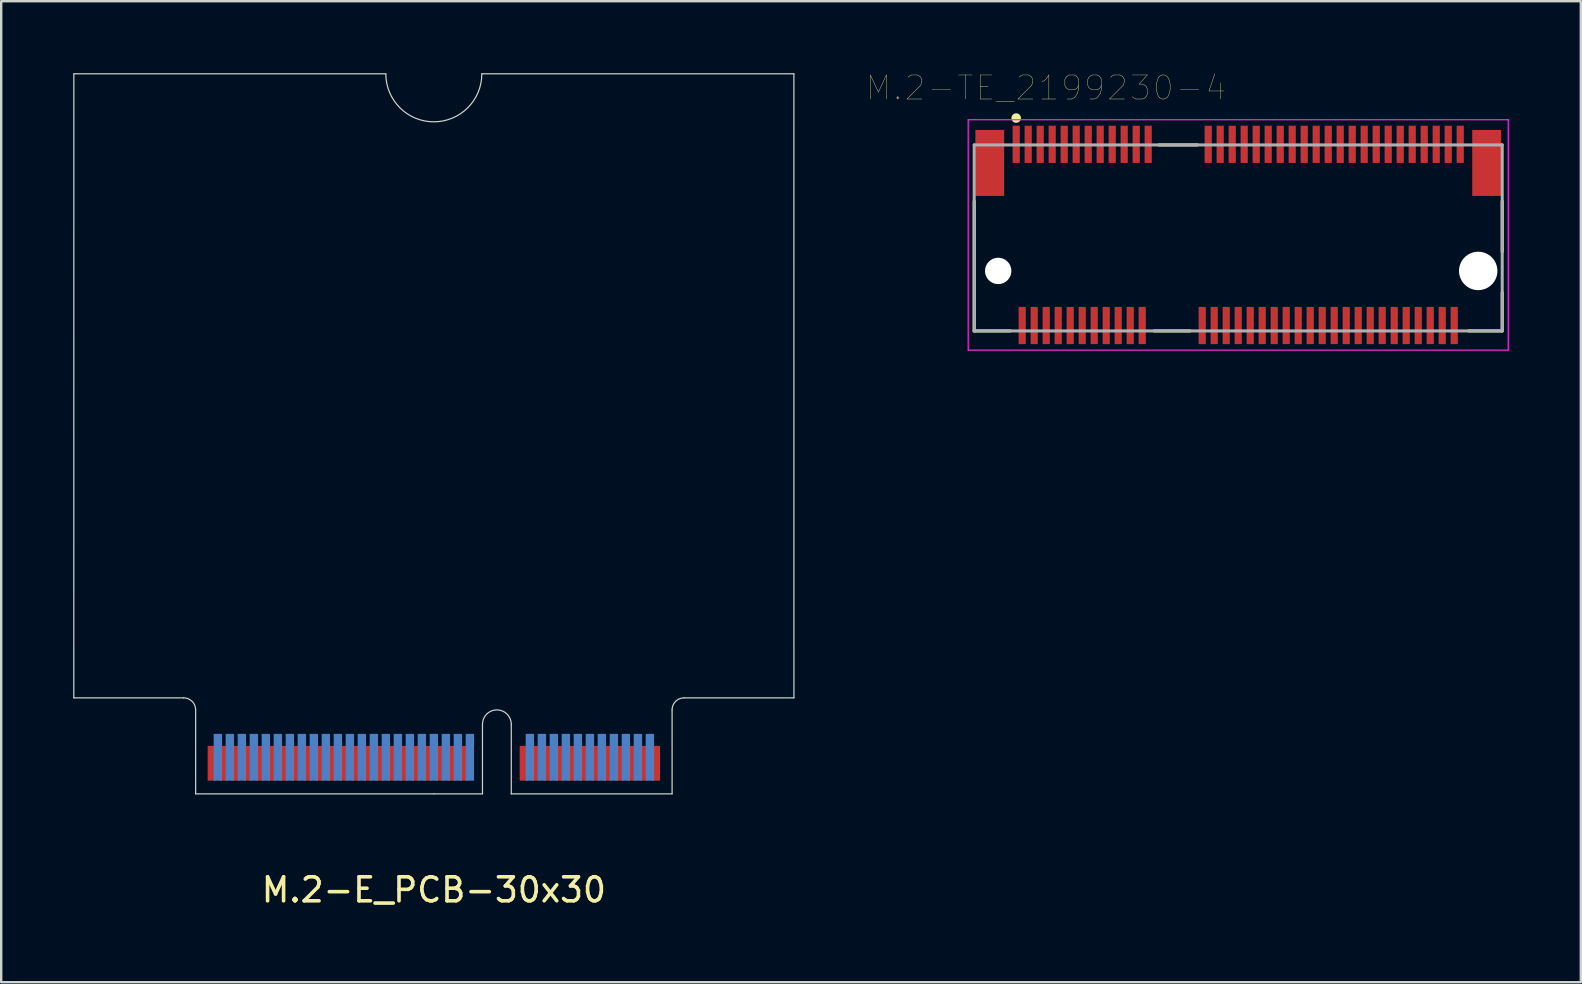
<source format=kicad_pcb>
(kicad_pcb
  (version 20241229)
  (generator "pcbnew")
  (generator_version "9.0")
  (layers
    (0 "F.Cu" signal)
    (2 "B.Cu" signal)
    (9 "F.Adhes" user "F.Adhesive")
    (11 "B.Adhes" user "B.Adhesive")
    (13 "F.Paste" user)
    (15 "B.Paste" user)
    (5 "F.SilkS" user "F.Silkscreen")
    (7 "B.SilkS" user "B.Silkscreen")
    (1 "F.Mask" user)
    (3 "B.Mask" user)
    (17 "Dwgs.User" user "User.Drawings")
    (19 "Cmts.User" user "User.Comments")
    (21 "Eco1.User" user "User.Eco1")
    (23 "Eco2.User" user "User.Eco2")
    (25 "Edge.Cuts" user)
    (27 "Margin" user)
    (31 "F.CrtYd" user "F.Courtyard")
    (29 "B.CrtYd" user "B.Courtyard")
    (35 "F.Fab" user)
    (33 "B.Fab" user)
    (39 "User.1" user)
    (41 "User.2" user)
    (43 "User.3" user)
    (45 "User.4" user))
  (footprint "M.2-E_PCB-30x30"
    (layer "F.Cu")
    (at 15.027 30.026)
    (property "Reference" "M.2-E_PCB-30x30" (at 0 4 0) (layer "F.SilkS") (effects (font (size 1 1) (thickness 0.15))))
    (attr through_hole)
    (fp_poly (pts (xy -9.925 0) (xy 2.025 0) (xy 2.025 -2) (xy -9.925 -2)) (stroke (width 0.1) (type solid)) (fill yes) (layer "F.Mask"))
    (fp_poly (pts (xy 3.225 0) (xy 9.925 0) (xy 9.925 -2) (xy 3.225 -2)) (stroke (width 0.1) (type solid)) (fill yes) (layer "F.Mask"))
    (fp_poly (pts (xy -9.925 0) (xy 2.025 0) (xy 2.025 -2.5) (xy -9.925 -2.5)) (stroke (width 0.1) (type solid)) (fill yes) (layer "B.Mask"))
    (fp_poly (pts (xy 3.225 0) (xy 9.925 0) (xy 9.925 -2.5) (xy 3.225 -2.5)) (stroke (width 0.1) (type solid)) (fill yes) (layer "B.Mask"))
    (fp_line (start -15.002 -4) (end -10.425 -4) (stroke (width 0.05) (type solid)) (layer "Edge.Cuts"))
    (fp_line (start -15 -30) (end -15.002 -4) (stroke (width 0.05) (type solid)) (layer "Edge.Cuts"))
    (fp_line (start -9.925 -3.5) (end -9.925 0) (stroke (width 0.05) (type solid)) (layer "Edge.Cuts"))
    (fp_line (start -9.925 0) (end 0 0) (stroke (width 0.05) (type solid)) (layer "Edge.Cuts"))
    (fp_line (start -2.002 -30) (end -15 -30) (stroke (width 0.05) (type solid)) (layer "Edge.Cuts"))
    (fp_line (start 0 0) (end 2.025 0) (stroke (width 0.05) (type solid)) (layer "Edge.Cuts"))
    (fp_line (start 2.025 0) (end 2.025 -2.9) (stroke (width 0.05) (type solid)) (layer "Edge.Cuts"))
    (fp_line (start 3.225 -2.9) (end 3.225 0) (stroke (width 0.05) (type solid)) (layer "Edge.Cuts"))
    (fp_line (start 3.225 0) (end 9.925 0) (stroke (width 0.05) (type solid)) (layer "Edge.Cuts"))
    (fp_line (start 9.925 0) (end 9.925 -3.5) (stroke (width 0.05) (type solid)) (layer "Edge.Cuts"))
    (fp_line (start 10.425 -4) (end 15.002 -4) (stroke (width 0.05) (type solid)) (layer "Edge.Cuts"))
    (fp_line (start 15 -30) (end 1.998 -30) (stroke (width 0.05) (type solid)) (layer "Edge.Cuts"))
    (fp_line (start 15.002 -4) (end 15 -30) (stroke (width 0.05) (type solid)) (layer "Edge.Cuts"))
    (fp_arc (start -10.425 -4) (mid -10.071447 -3.853553) (end -9.925 -3.5) (stroke (width 0.05) (type solid)) (layer "Edge.Cuts"))
    (fp_arc (start 1.9982 -30.0005) (mid -0.0018 -28.0005) (end -2.0018 -30.0005) (stroke (width 0.05) (type solid)) (layer "Edge.Cuts"))
    (fp_arc (start 2.025 -2.9) (mid 2.625 -3.5) (end 3.225 -2.9) (stroke (width 0.05) (type solid)) (layer "Edge.Cuts"))
    (fp_arc (start 9.925 -3.5) (mid 10.071447 -3.853553) (end 10.425 -4) (stroke (width 0.05) (type solid)) (layer "Edge.Cuts"))
    (pad "1" smd rect (at 9.25 -1.275) (size 0.35 1.45) (layers "F.Cu"))
    (pad "2" smd rect (at 9 -1.525) (size 0.35 1.95) (layers "B.Cu"))
    (pad "3" smd rect (at 8.75 -1.275) (size 0.35 1.45) (layers "F.Cu"))
    (pad "4" smd rect (at 8.5 -1.525) (size 0.35 1.95) (layers "B.Cu"))
    (pad "5" smd rect (at 8.25 -1.275) (size 0.35 1.45) (layers "F.Cu"))
    (pad "6" smd rect (at 8 -1.525) (size 0.35 1.95) (layers "B.Cu"))
    (pad "7" smd rect (at 7.75 -1.275) (size 0.35 1.45) (layers "F.Cu"))
    (pad "8" smd rect (at 7.5 -1.525) (size 0.35 1.95) (layers "B.Cu"))
    (pad "9" smd rect (at 7.25 -1.275) (size 0.35 1.45) (layers "F.Cu"))
    (pad "10" smd rect (at 7 -1.525) (size 0.35 1.95) (layers "B.Cu"))
    (pad "11" smd rect (at 6.75 -1.275) (size 0.35 1.45) (layers "F.Cu"))
    (pad "12" smd rect (at 6.5 -1.525) (size 0.35 1.95) (layers "B.Cu"))
    (pad "13" smd rect (at 6.25 -1.275) (size 0.35 1.45) (layers "F.Cu"))
    (pad "14" smd rect (at 6 -1.525) (size 0.35 1.95) (layers "B.Cu"))
    (pad "15" smd rect (at 5.75 -1.275) (size 0.35 1.45) (layers "F.Cu"))
    (pad "16" smd rect (at 5.5 -1.525) (size 0.35 1.95) (layers "B.Cu"))
    (pad "17" smd rect (at 5.25 -1.275) (size 0.35 1.45) (layers "F.Cu"))
    (pad "18" smd rect (at 5 -1.525) (size 0.35 1.95) (layers "B.Cu"))
    (pad "19" smd rect (at 4.75 -1.275) (size 0.35 1.45) (layers "F.Cu"))
    (pad "20" smd rect (at 4.5 -1.525) (size 0.35 1.95) (layers "B.Cu"))
    (pad "21" smd rect (at 4.25 -1.275) (size 0.35 1.45) (layers "F.Cu"))
    (pad "22" smd rect (at 4 -1.525) (size 0.35 1.95) (layers "B.Cu"))
    (pad "23" smd rect (at 3.75 -1.275) (size 0.35 1.45) (layers "F.Cu"))
    (pad "32" smd rect (at 1.5 -1.525) (size 0.35 1.95) (layers "B.Cu"))
    (pad "33" smd rect (at 1.25 -1.275) (size 0.35 1.45) (layers "F.Cu"))
    (pad "34" smd rect (at 1 -1.525) (size 0.35 1.95) (layers "B.Cu"))
    (pad "35" smd rect (at 0.75 -1.275) (size 0.35 1.45) (layers "F.Cu"))
    (pad "36" smd rect (at 0.5 -1.525) (size 0.35 1.95) (layers "B.Cu"))
    (pad "37" smd rect (at 0.25 -1.275) (size 0.35 1.45) (layers "F.Cu"))
    (pad "38" smd rect (at 0 -1.525) (size 0.35 1.95) (layers "B.Cu"))
    (pad "39" smd rect (at -0.25 -1.275) (size 0.35 1.45) (layers "F.Cu"))
    (pad "40" smd rect (at -0.5 -1.525) (size 0.35 1.95) (layers "B.Cu"))
    (pad "41" smd rect (at -0.75 -1.275) (size 0.35 1.45) (layers "F.Cu"))
    (pad "42" smd rect (at -1 -1.525) (size 0.35 1.95) (layers "B.Cu"))
    (pad "43" smd rect (at -1.25 -1.275) (size 0.35 1.45) (layers "F.Cu"))
    (pad "44" smd rect (at -1.5 -1.525) (size 0.35 1.95) (layers "B.Cu"))
    (pad "45" smd rect (at -1.75 -1.275) (size 0.35 1.45) (layers "F.Cu"))
    (pad "46" smd rect (at -2 -1.525) (size 0.35 1.95) (layers "B.Cu"))
    (pad "47" smd rect (at -2.25 -1.275) (size 0.35 1.45) (layers "F.Cu"))
    (pad "48" smd rect (at -2.5 -1.525) (size 0.35 1.95) (layers "B.Cu"))
    (pad "49" smd rect (at -2.75 -1.275) (size 0.35 1.45) (layers "F.Cu"))
    (pad "50" smd rect (at -3 -1.525) (size 0.35 1.95) (layers "B.Cu"))
    (pad "51" smd rect (at -3.25 -1.275) (size 0.35 1.45) (layers "F.Cu"))
    (pad "52" smd rect (at -3.5 -1.525) (size 0.35 1.95) (layers "B.Cu"))
    (pad "53" smd rect (at -3.75 -1.275) (size 0.35 1.45) (layers "F.Cu"))
    (pad "54" smd rect (at -4 -1.525) (size 0.35 1.95) (layers "B.Cu"))
    (pad "55" smd rect (at -4.25 -1.275) (size 0.35 1.45) (layers "F.Cu"))
    (pad "56" smd rect (at -4.5 -1.525) (size 0.35 1.95) (layers "B.Cu"))
    (pad "57" smd rect (at -4.75 -1.275) (size 0.35 1.45) (layers "F.Cu"))
    (pad "58" smd rect (at -5 -1.525) (size 0.35 1.95) (layers "B.Cu"))
    (pad "59" smd rect (at -5.25 -1.275) (size 0.35 1.45) (layers "F.Cu"))
    (pad "60" smd rect (at -5.5 -1.525) (size 0.35 1.95) (layers "B.Cu"))
    (pad "61" smd rect (at -5.75 -1.275) (size 0.35 1.45) (layers "F.Cu"))
    (pad "62" smd rect (at -6 -1.525) (size 0.35 1.95) (layers "B.Cu"))
    (pad "63" smd rect (at -6.25 -1.275) (size 0.35 1.45) (layers "F.Cu"))
    (pad "64" smd rect (at -6.5 -1.525) (size 0.35 1.95) (layers "B.Cu"))
    (pad "65" smd rect (at -6.75 -1.275) (size 0.35 1.45) (layers "F.Cu"))
    (pad "66" smd rect (at -7 -1.525) (size 0.35 1.95) (layers "B.Cu"))
    (pad "67" smd rect (at -7.25 -1.275) (size 0.35 1.45) (layers "F.Cu"))
    (pad "68" smd rect (at -7.5 -1.525) (size 0.35 1.95) (layers "B.Cu"))
    (pad "69" smd rect (at -7.75 -1.275) (size 0.35 1.45) (layers "F.Cu"))
    (pad "70" smd rect (at -8 -1.525) (size 0.35 1.95) (layers "B.Cu"))
    (pad "71" smd rect (at -8.25 -1.275) (size 0.35 1.45) (layers "F.Cu"))
    (pad "72" smd rect (at -8.5 -1.525) (size 0.35 1.95) (layers "B.Cu"))
    (pad "73" smd rect (at -8.75 -1.275) (size 0.35 1.45) (layers "F.Cu"))
    (pad "74" smd rect (at -9 -1.525) (size 0.35 1.95) (layers "B.Cu"))
    (pad "75" smd rect (at -9.25 -1.275) (size 0.35 1.45) (layers "F.Cu")))
  (footprint "M.2-TE_2199230-4"
    (layer "F.Cu")
    (at 48.539 6.863)
    (property "Reference" "M.2-TE_2199230-4" (at -8.008 -6.251 0) (layer "F.SilkS") (effects (font (size 1.001 1.001) (thickness 0.015))))
    (attr through_hole)
    (fp_line (start -11 -1.525) (end -11 3.875) (stroke (width 0.127) (type solid)) (layer "F.SilkS"))
    (fp_line (start -11 3.875) (end -9.5 3.875) (stroke (width 0.127) (type solid)) (layer "F.SilkS"))
    (fp_line (start -3.5 3.875) (end -2 3.875) (stroke (width 0.127) (type solid)) (layer "F.SilkS"))
    (fp_line (start -3.3 -3.875) (end -1.7 -3.875) (stroke (width 0.127) (type solid)) (layer "F.SilkS"))
    (fp_line (start 9.6 3.875) (end 11 3.875) (stroke (width 0.127) (type solid)) (layer "F.SilkS"))
    (fp_line (start 11 -1.525) (end 11 0.575) (stroke (width 0.127) (type solid)) (layer "F.SilkS"))
    (fp_line (start 11 3.875) (end 11 2.275) (stroke (width 0.127) (type solid)) (layer "F.SilkS"))
    (fp_circle (center -9.25 -4.994) (end -9.15 -4.994) (stroke (width 0.2) (type solid)) (fill no) (layer "F.SilkS"))
    (fp_line (start -11.25 -4.925) (end 11.25 -4.925) (stroke (width 0.05) (type solid)) (layer "F.CrtYd"))
    (fp_line (start -11.25 4.675) (end -11.25 -4.925) (stroke (width 0.05) (type solid)) (layer "F.CrtYd"))
    (fp_line (start 11.25 -4.925) (end 11.25 4.675) (stroke (width 0.05) (type solid)) (layer "F.CrtYd"))
    (fp_line (start 11.25 4.675) (end -11.25 4.675) (stroke (width 0.05) (type solid)) (layer "F.CrtYd"))
    (fp_line (start -11 -3.875) (end 11 -3.875) (stroke (width 0.127) (type solid)) (layer "F.Fab"))
    (fp_line (start -11 3.875) (end -11 -3.875) (stroke (width 0.127) (type solid)) (layer "F.Fab"))
    (fp_line (start 11 -3.875) (end 11 3.875) (stroke (width 0.127) (type solid)) (layer "F.Fab"))
    (fp_line (start 11 3.875) (end -11 3.875) (stroke (width 0.127) (type solid)) (layer "F.Fab"))
    (pad "" np_thru_hole circle (at -10 1.375) (size 1.1 1.1) (drill 1.1) (layers "*.Cu" "*.Mask"))
    (pad "" np_thru_hole circle (at 10 1.375) (size 1.6 1.6) (drill 1.6) (layers "*.Cu" "*.Mask"))
    (pad "1" smd rect (at -9.25 -3.9) (size 0.3 1.55) (layers "F.Cu" "F.Mask" "F.Paste"))
    (pad "2" smd rect (at -9 3.65) (size 0.3 1.55) (layers "F.Cu" "F.Mask" "F.Paste"))
    (pad "3" smd rect (at -8.75 -3.9) (size 0.3 1.55) (layers "F.Cu" "F.Mask" "F.Paste"))
    (pad "4" smd rect (at -8.5 3.65) (size 0.3 1.55) (layers "F.Cu" "F.Mask" "F.Paste"))
    (pad "5" smd rect (at -8.25 -3.9) (size 0.3 1.55) (layers "F.Cu" "F.Mask" "F.Paste"))
    (pad "6" smd rect (at -8 3.65) (size 0.3 1.55) (layers "F.Cu" "F.Mask" "F.Paste"))
    (pad "7" smd rect (at -7.75 -3.9) (size 0.3 1.55) (layers "F.Cu" "F.Mask" "F.Paste"))
    (pad "8" smd rect (at -7.5 3.65) (size 0.3 1.55) (layers "F.Cu" "F.Mask" "F.Paste"))
    (pad "9" smd rect (at -7.25 -3.9) (size 0.3 1.55) (layers "F.Cu" "F.Mask" "F.Paste"))
    (pad "10" smd rect (at -7 3.65) (size 0.3 1.55) (layers "F.Cu" "F.Mask" "F.Paste"))
    (pad "11" smd rect (at -6.75 -3.9) (size 0.3 1.55) (layers "F.Cu" "F.Mask" "F.Paste"))
    (pad "12" smd rect (at -6.5 3.65) (size 0.3 1.55) (layers "F.Cu" "F.Mask" "F.Paste"))
    (pad "13" smd rect (at -6.25 -3.9) (size 0.3 1.55) (layers "F.Cu" "F.Mask" "F.Paste"))
    (pad "14" smd rect (at -6 3.65) (size 0.3 1.55) (layers "F.Cu" "F.Mask" "F.Paste"))
    (pad "15" smd rect (at -5.75 -3.9) (size 0.3 1.55) (layers "F.Cu" "F.Mask" "F.Paste"))
    (pad "16" smd rect (at -5.5 3.65) (size 0.3 1.55) (layers "F.Cu" "F.Mask" "F.Paste"))
    (pad "17" smd rect (at -5.25 -3.9) (size 0.3 1.55) (layers "F.Cu" "F.Mask" "F.Paste"))
    (pad "18" smd rect (at -5 3.65) (size 0.3 1.55) (layers "F.Cu" "F.Mask" "F.Paste"))
    (pad "19" smd rect (at -4.75 -3.9) (size 0.3 1.55) (layers "F.Cu" "F.Mask" "F.Paste"))
    (pad "20" smd rect (at -4.5 3.65) (size 0.3 1.55) (layers "F.Cu" "F.Mask" "F.Paste"))
    (pad "21" smd rect (at -4.25 -3.9) (size 0.3 1.55) (layers "F.Cu" "F.Mask" "F.Paste"))
    (pad "22" smd rect (at -4 3.65) (size 0.3 1.55) (layers "F.Cu" "F.Mask" "F.Paste"))
    (pad "23" smd rect (at -3.75 -3.9) (size 0.3 1.55) (layers "F.Cu" "F.Mask" "F.Paste"))
    (pad "32" smd rect (at -1.5 3.65) (size 0.3 1.55) (layers "F.Cu" "F.Mask" "F.Paste"))
    (pad "33" smd rect (at -1.25 -3.9) (size 0.3 1.55) (layers "F.Cu" "F.Mask" "F.Paste"))
    (pad "34" smd rect (at -1 3.65) (size 0.3 1.55) (layers "F.Cu" "F.Mask" "F.Paste"))
    (pad "35" smd rect (at -0.75 -3.9) (size 0.3 1.55) (layers "F.Cu" "F.Mask" "F.Paste"))
    (pad "36" smd rect (at -0.5 3.65) (size 0.3 1.55) (layers "F.Cu" "F.Mask" "F.Paste"))
    (pad "37" smd rect (at -0.25 -3.9) (size 0.3 1.55) (layers "F.Cu" "F.Mask" "F.Paste"))
    (pad "38" smd rect (at 0 3.65) (size 0.3 1.55) (layers "F.Cu" "F.Mask" "F.Paste"))
    (pad "39" smd rect (at 0.25 -3.9) (size 0.3 1.55) (layers "F.Cu" "F.Mask" "F.Paste"))
    (pad "40" smd rect (at 0.5 3.65) (size 0.3 1.55) (layers "F.Cu" "F.Mask" "F.Paste"))
    (pad "41" smd rect (at 0.75 -3.9) (size 0.3 1.55) (layers "F.Cu" "F.Mask" "F.Paste"))
    (pad "42" smd rect (at 1 3.65) (size 0.3 1.55) (layers "F.Cu" "F.Mask" "F.Paste"))
    (pad "43" smd rect (at 1.25 -3.9) (size 0.3 1.55) (layers "F.Cu" "F.Mask" "F.Paste"))
    (pad "44" smd rect (at 1.5 3.65) (size 0.3 1.55) (layers "F.Cu" "F.Mask" "F.Paste"))
    (pad "45" smd rect (at 1.75 -3.9) (size 0.3 1.55) (layers "F.Cu" "F.Mask" "F.Paste"))
    (pad "46" smd rect (at 2 3.65) (size 0.3 1.55) (layers "F.Cu" "F.Mask" "F.Paste"))
    (pad "47" smd rect (at 2.25 -3.9) (size 0.3 1.55) (layers "F.Cu" "F.Mask" "F.Paste"))
    (pad "48" smd rect (at 2.5 3.65) (size 0.3 1.55) (layers "F.Cu" "F.Mask" "F.Paste"))
    (pad "49" smd rect (at 2.75 -3.9) (size 0.3 1.55) (layers "F.Cu" "F.Mask" "F.Paste"))
    (pad "50" smd rect (at 3 3.65) (size 0.3 1.55) (layers "F.Cu" "F.Mask" "F.Paste"))
    (pad "51" smd rect (at 3.25 -3.9) (size 0.3 1.55) (layers "F.Cu" "F.Mask" "F.Paste"))
    (pad "52" smd rect (at 3.5 3.65) (size 0.3 1.55) (layers "F.Cu" "F.Mask" "F.Paste"))
    (pad "53" smd rect (at 3.75 -3.9) (size 0.3 1.55) (layers "F.Cu" "F.Mask" "F.Paste"))
    (pad "54" smd rect (at 4 3.65) (size 0.3 1.55) (layers "F.Cu" "F.Mask" "F.Paste"))
    (pad "55" smd rect (at 4.25 -3.9) (size 0.3 1.55) (layers "F.Cu" "F.Mask" "F.Paste"))
    (pad "56" smd rect (at 4.5 3.65) (size 0.3 1.55) (layers "F.Cu" "F.Mask" "F.Paste"))
    (pad "57" smd rect (at 4.75 -3.9) (size 0.3 1.55) (layers "F.Cu" "F.Mask" "F.Paste"))
    (pad "58" smd rect (at 5 3.65) (size 0.3 1.55) (layers "F.Cu" "F.Mask" "F.Paste"))
    (pad "59" smd rect (at 5.25 -3.9) (size 0.3 1.55) (layers "F.Cu" "F.Mask" "F.Paste"))
    (pad "60" smd rect (at 5.5 3.65) (size 0.3 1.55) (layers "F.Cu" "F.Mask" "F.Paste"))
    (pad "61" smd rect (at 5.75 -3.9) (size 0.3 1.55) (layers "F.Cu" "F.Mask" "F.Paste"))
    (pad "62" smd rect (at 6 3.65) (size 0.3 1.55) (layers "F.Cu" "F.Mask" "F.Paste"))
    (pad "63" smd rect (at 6.25 -3.9) (size 0.3 1.55) (layers "F.Cu" "F.Mask" "F.Paste"))
    (pad "64" smd rect (at 6.5 3.65) (size 0.3 1.55) (layers "F.Cu" "F.Mask" "F.Paste"))
    (pad "65" smd rect (at 6.75 -3.9) (size 0.3 1.55) (layers "F.Cu" "F.Mask" "F.Paste"))
    (pad "66" smd rect (at 7 3.65) (size 0.3 1.55) (layers "F.Cu" "F.Mask" "F.Paste"))
    (pad "67" smd rect (at 7.25 -3.9) (size 0.3 1.55) (layers "F.Cu" "F.Mask" "F.Paste"))
    (pad "68" smd rect (at 7.5 3.65) (size 0.3 1.55) (layers "F.Cu" "F.Mask" "F.Paste"))
    (pad "69" smd rect (at 7.75 -3.9) (size 0.3 1.55) (layers "F.Cu" "F.Mask" "F.Paste"))
    (pad "70" smd rect (at 8 3.65) (size 0.3 1.55) (layers "F.Cu" "F.Mask" "F.Paste"))
    (pad "71" smd rect (at 8.25 -3.9) (size 0.3 1.55) (layers "F.Cu" "F.Mask" "F.Paste"))
    (pad "72" smd rect (at 8.5 3.65) (size 0.3 1.55) (layers "F.Cu" "F.Mask" "F.Paste"))
    (pad "73" smd rect (at 8.75 -3.9) (size 0.3 1.55) (layers "F.Cu" "F.Mask" "F.Paste"))
    (pad "74" smd rect (at 9 3.65) (size 0.3 1.55) (layers "F.Cu" "F.Mask" "F.Paste"))
    (pad "75" smd rect (at 9.25 -3.9) (size 0.3 1.55) (layers "F.Cu" "F.Mask" "F.Paste"))
    (pad "S1" smd rect (at -10.35 -3.125) (size 1.2 2.75) (layers "F.Cu" "F.Mask" "F.Paste"))
    (pad "S2" smd rect (at 10.35 -3.125) (size 1.2 2.75) (layers "F.Cu" "F.Mask" "F.Paste")))
  (gr_rect
    (start -3 -3)
    (end 62.814 37.874)
    (stroke (width 0.1) (type default))
    (fill no)
    (layer "Edge.Cuts")))
</source>
